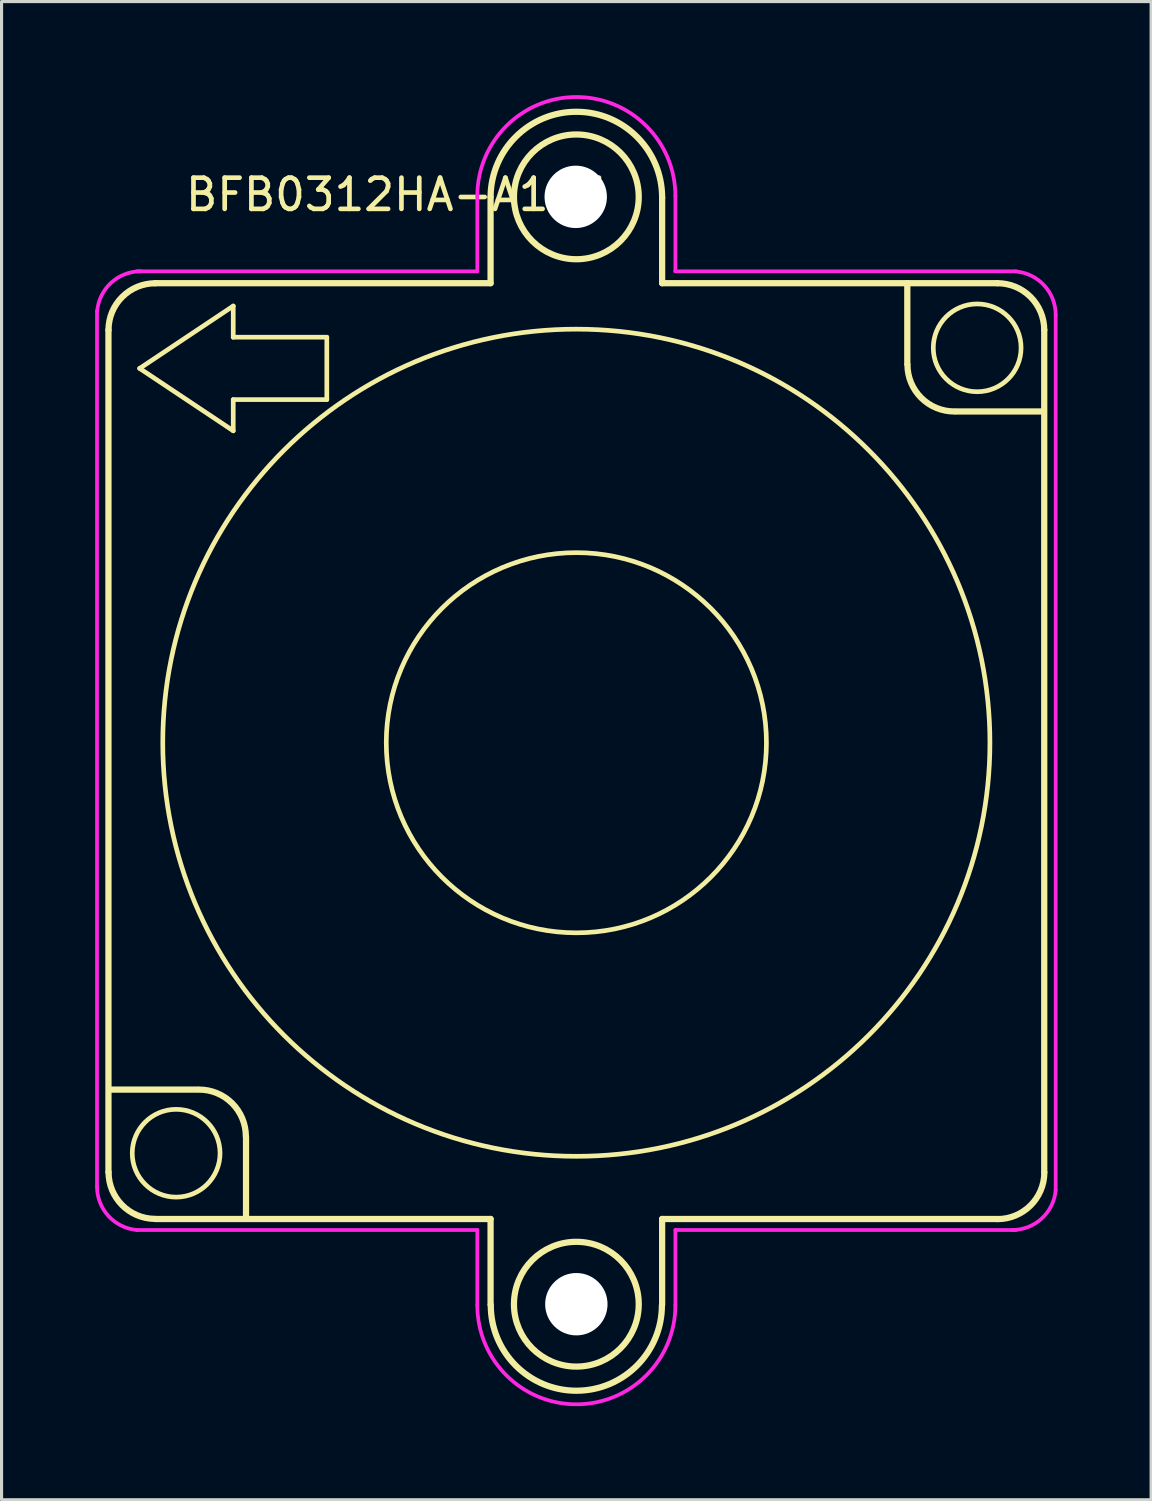
<source format=kicad_pcb>
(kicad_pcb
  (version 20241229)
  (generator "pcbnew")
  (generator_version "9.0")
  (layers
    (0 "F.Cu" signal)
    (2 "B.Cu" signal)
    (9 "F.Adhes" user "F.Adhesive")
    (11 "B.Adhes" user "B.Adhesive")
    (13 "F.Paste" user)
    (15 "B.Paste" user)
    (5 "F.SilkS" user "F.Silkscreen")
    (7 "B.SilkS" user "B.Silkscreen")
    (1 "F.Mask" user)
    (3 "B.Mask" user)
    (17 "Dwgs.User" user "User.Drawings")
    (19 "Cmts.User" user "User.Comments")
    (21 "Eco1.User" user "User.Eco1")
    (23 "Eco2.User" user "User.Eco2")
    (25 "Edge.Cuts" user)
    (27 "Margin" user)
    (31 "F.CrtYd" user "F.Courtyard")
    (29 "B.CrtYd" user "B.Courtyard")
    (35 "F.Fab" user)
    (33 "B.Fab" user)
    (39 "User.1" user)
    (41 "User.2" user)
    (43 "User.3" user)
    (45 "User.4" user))
  (footprint "BFB0312HA-A116"
    (layer "F.Cu")
    (at 15.427 20.761)
    (property "Reference" "BFB0312HA-A116" (at -5.75 -17.57 0) (layer "F.SilkS") (effects (font (size 1 1) (thickness 0.15))))
    (attr through_hole)
    (fp_line (start -15 -13.232) (end -15 13.768) (stroke (width 0.2) (type solid)) (layer "F.SilkS"))
    (fp_line (start -13.5 15.268) (end -2.75 15.268) (stroke (width 0.2) (type solid)) (layer "F.SilkS"))
    (fp_line (start -12.15 11.12) (end -14.97 11.12) (stroke (width 0.2) (type solid)) (layer "F.SilkS"))
    (fp_line (start -11 -14) (end -14 -12) (stroke (width 0.15) (type solid)) (layer "F.SilkS"))
    (fp_line (start -11 -13) (end -11 -14) (stroke (width 0.15) (type solid)) (layer "F.SilkS"))
    (fp_line (start -11 -13) (end -8 -13) (stroke (width 0.15) (type solid)) (layer "F.SilkS"))
    (fp_line (start -11 -11) (end -8 -11) (stroke (width 0.15) (type solid)) (layer "F.SilkS"))
    (fp_line (start -11 -10) (end -14 -12) (stroke (width 0.15) (type solid)) (layer "F.SilkS"))
    (fp_line (start -11 -10) (end -11 -11) (stroke (width 0.15) (type solid)) (layer "F.SilkS"))
    (fp_line (start -10.59 12.64) (end -10.59 15.23) (stroke (width 0.2) (type solid)) (layer "F.SilkS"))
    (fp_line (start -8 -13) (end -8 -11) (stroke (width 0.15) (type solid)) (layer "F.SilkS"))
    (fp_line (start -2.75 -17.482) (end -2.75 -14.732) (stroke (width 0.2) (type solid)) (layer "F.SilkS"))
    (fp_line (start -2.75 -14.732) (end -13.5 -14.732) (stroke (width 0.2) (type solid)) (layer "F.SilkS"))
    (fp_line (start -2.75 15.268) (end -2.75 18.018) (stroke (width 0.2) (type solid)) (layer "F.SilkS"))
    (fp_line (start 2.75 -14.732) (end 2.75 -17.482) (stroke (width 0.2) (type solid)) (layer "F.SilkS"))
    (fp_line (start 2.75 15.268) (end 13.5 15.268) (stroke (width 0.2) (type solid)) (layer "F.SilkS"))
    (fp_line (start 2.75 18.018) (end 2.75 15.268) (stroke (width 0.2) (type solid)) (layer "F.SilkS"))
    (fp_line (start 10.61 -12.14) (end 10.61 -14.73) (stroke (width 0.2) (type solid)) (layer "F.SilkS"))
    (fp_line (start 12.17 -10.62) (end 14.99 -10.62) (stroke (width 0.2) (type solid)) (layer "F.SilkS"))
    (fp_line (start 13.5 -14.732) (end 2.75 -14.732) (stroke (width 0.2) (type solid)) (layer "F.SilkS"))
    (fp_line (start 15 13.768) (end 15 -13.232) (stroke (width 0.2) (type solid)) (layer "F.SilkS"))
    (fp_arc (start -14.998467 -13.229825) (mid -14.558937 -14.291752) (end -13.49648 -14.73) (stroke (width 0.2) (type solid)) (layer "F.SilkS"))
    (fp_arc (start -13.516747 15.264851) (mid -14.563536 14.821244) (end -14.99648 13.77) (stroke (width 0.2) (type solid)) (layer "F.SilkS"))
    (fp_arc (start -12.1 11.12) (mid -11.035957 11.557481) (end -10.594764 12.619991) (stroke (width 0.2) (type solid)) (layer "F.SilkS"))
    (fp_arc (start -2.749933 -17.500734) (mid 0.009599 -20.231519) (end 2.75 -17.481536) (stroke (width 0.2) (type solid)) (layer "F.SilkS"))
    (fp_arc (start 2.74352 18.03) (mid 0.000435 20.762008) (end -2.743516 18.03087) (stroke (width 0.2) (type solid)) (layer "F.SilkS"))
    (fp_arc (start 12.12 -10.62) (mid 11.055957 -11.057481) (end 10.614764 -12.119991) (stroke (width 0.2) (type solid)) (layer "F.SilkS"))
    (fp_arc (start 13.494764 -14.731527) (mid 14.558807 -14.294046) (end 15 -13.231536) (stroke (width 0.2) (type solid)) (layer "F.SilkS"))
    (fp_arc (start 15.00352 13.78) (mid 14.55686 14.837928) (end 13.493712 15.272015) (stroke (width 0.2) (type solid)) (layer "F.SilkS"))
    (fp_circle (center -12.83 13.16) (end -11.94 14.25) (stroke (width 0.15) (type solid)) (fill no) (layer "F.SilkS"))
    (fp_circle (center 0 -17.5) (end 2 -17.5) (stroke (width 0.2) (type solid)) (fill no) (layer "F.SilkS"))
    (fp_circle (center 0 0) (end -13.25 0.48) (stroke (width 0.15) (type solid)) (fill no) (layer "F.SilkS"))
    (fp_circle (center 0 0) (end -6.05 -0.73) (stroke (width 0.15) (type solid)) (fill no) (layer "F.SilkS"))
    (fp_circle (center 0 18) (end 2 18) (stroke (width 0.2) (type solid)) (fill no) (layer "F.SilkS"))
    (fp_circle (center 12.85 -12.66) (end 11.96 -13.75) (stroke (width 0.15) (type solid)) (fill no) (layer "F.SilkS"))
    (fp_line (start -15.367 -13.843) (end -15.367 14.224) (stroke (width 0.12) (type solid)) (layer "F.CrtYd"))
    (fp_line (start -14.097 -15.113) (end -3.175 -15.113) (stroke (width 0.12) (type solid)) (layer "F.CrtYd"))
    (fp_line (start -14.097 15.621) (end -3.175 15.621) (stroke (width 0.12) (type solid)) (layer "F.CrtYd"))
    (fp_line (start -3.175 -17.526) (end -3.175 -15.113) (stroke (width 0.12) (type solid)) (layer "F.CrtYd"))
    (fp_line (start -3.175 15.621) (end -3.175 18.034) (stroke (width 0.12) (type solid)) (layer "F.CrtYd"))
    (fp_line (start 3.175 -17.526) (end 3.175 -15.113) (stroke (width 0.12) (type solid)) (layer "F.CrtYd"))
    (fp_line (start 3.175 -15.113) (end 14.097 -15.113) (stroke (width 0.12) (type solid)) (layer "F.CrtYd"))
    (fp_line (start 3.175 15.621) (end 3.175 18.034) (stroke (width 0.12) (type solid)) (layer "F.CrtYd"))
    (fp_line (start 3.175 15.621) (end 14.097 15.621) (stroke (width 0.12) (type solid)) (layer "F.CrtYd"))
    (fp_line (start 15.367 -13.716) (end 15.367 14.351) (stroke (width 0.12) (type solid)) (layer "F.CrtYd"))
    (fp_arc (start -15.362174 -13.832015) (mid -14.915922 -14.744027) (end -13.97 -15.113) (stroke (width 0.12) (type solid)) (layer "F.CrtYd"))
    (fp_arc (start -14.086015 15.621) (mid -14.998027 15.174748) (end -15.367 14.228826) (stroke (width 0.12) (type solid)) (layer "F.CrtYd"))
    (fp_arc (start -3.175 -17.526) (mid 0 -20.701) (end 3.175 -17.526) (stroke (width 0.12) (type solid)) (layer "F.CrtYd"))
    (fp_arc (start 3.175 18.034) (mid 0 21.209) (end -3.175 18.034) (stroke (width 0.12) (type solid)) (layer "F.CrtYd"))
    (fp_arc (start 14.086015 -15.108174) (mid 14.998027 -14.661922) (end 15.367 -13.716) (stroke (width 0.12) (type solid)) (layer "F.CrtYd"))
    (fp_arc (start 15.367 14.340015) (mid 14.920748 15.252027) (end 13.974826 15.621) (stroke (width 0.12) (type solid)) (layer "F.CrtYd"))
    (pad "" np_thru_hole circle (at -0.02 -17.5) (size 2 2) (drill 2) (layers "*.Cu" "*.Mask"))
    (pad "" np_thru_hole circle (at 0 18) (size 2 2) (drill 2) (layers "*.Cu" "*.Mask")))
  (gr_rect
    (start -3 -3)
    (end 33.854 45.03)
    (stroke (width 0.1) (type default))
    (fill no)
    (layer "Edge.Cuts")))
</source>
